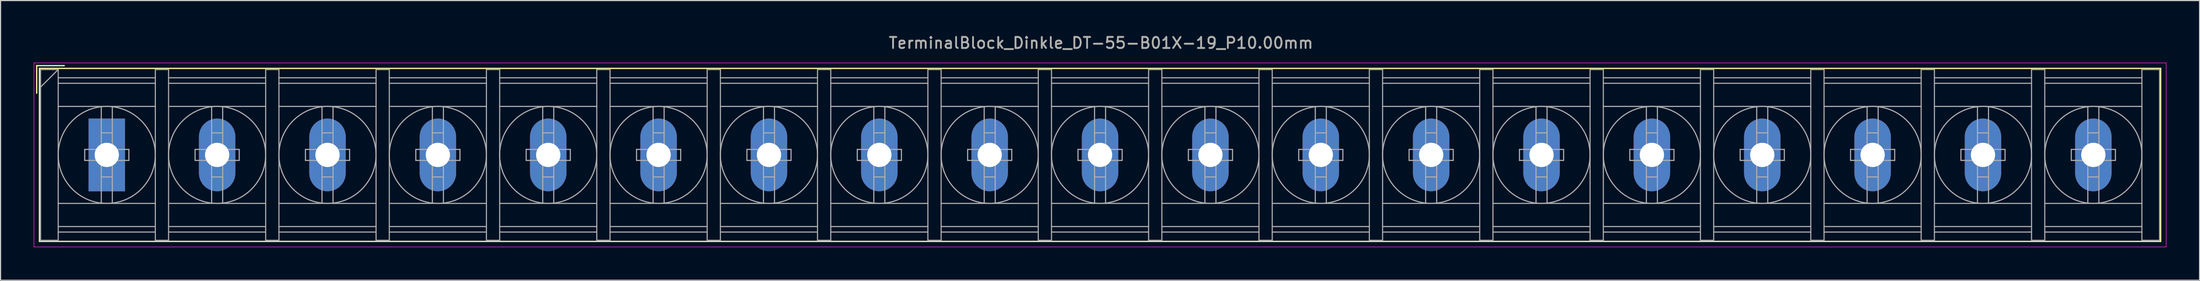
<source format=kicad_pcb>
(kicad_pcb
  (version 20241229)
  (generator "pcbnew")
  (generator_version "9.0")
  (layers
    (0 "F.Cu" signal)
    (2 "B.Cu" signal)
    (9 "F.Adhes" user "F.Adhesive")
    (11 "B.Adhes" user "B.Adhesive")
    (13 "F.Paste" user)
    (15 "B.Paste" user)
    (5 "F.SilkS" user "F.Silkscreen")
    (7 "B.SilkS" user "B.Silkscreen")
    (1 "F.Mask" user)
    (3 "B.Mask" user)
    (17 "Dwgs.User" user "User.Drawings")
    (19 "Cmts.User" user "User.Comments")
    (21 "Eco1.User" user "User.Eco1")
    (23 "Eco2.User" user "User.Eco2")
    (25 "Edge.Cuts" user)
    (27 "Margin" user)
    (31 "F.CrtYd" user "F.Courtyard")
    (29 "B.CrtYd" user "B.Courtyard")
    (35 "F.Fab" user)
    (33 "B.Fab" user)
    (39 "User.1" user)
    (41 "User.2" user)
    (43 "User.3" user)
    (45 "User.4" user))
  (footprint "TerminalBlock_Dinkle_DT-55-B01X-19_P10.00mm"
    (layer "F.Cu")
    (at 6.625 11.008)
    (property "Reference" "TerminalBlock_Dinkle_DT-55-B01X-19_P10.00mm" (at 90.08 -10.16 0) (layer "F.SilkS") (effects (font (size 1 1) (thickness 0.15))))
    (attr through_hole)
    (fp_line (start -6.35 -8.1) (end -3.85 -8.1) (stroke (width 0.12) (type solid)) (layer "F.SilkS"))
    (fp_line (start -6.35 -5.6) (end -6.35 -8.1) (stroke (width 0.12) (type solid)) (layer "F.SilkS"))
    (fp_line (start -6.1 -7.85) (end 186.1 -7.85) (stroke (width 0.12) (type solid)) (layer "F.SilkS"))
    (fp_line (start -6.1 7.85) (end -6.1 -7.85) (stroke (width 0.12) (type solid)) (layer "F.SilkS"))
    (fp_line (start -6.1 7.85) (end 186.1 7.85) (stroke (width 0.12) (type solid)) (layer "F.SilkS"))
    (fp_line (start 186.1 -7.85) (end 186.1 7.85) (stroke (width 0.12) (type solid)) (layer "F.SilkS"))
    (fp_line (start -6.6 -8.35) (end 186.6 -8.35) (stroke (width 0.05) (type solid)) (layer "F.CrtYd"))
    (fp_line (start -6.6 8.35) (end -6.6 -8.35) (stroke (width 0.05) (type solid)) (layer "F.CrtYd"))
    (fp_line (start -6.6 8.35) (end 186.6 8.35) (stroke (width 0.05) (type solid)) (layer "F.CrtYd"))
    (fp_line (start 186.6 -8.35) (end 186.6 8.35) (stroke (width 0.05) (type solid)) (layer "F.CrtYd"))
    (fp_line (start -6 -7.75) (end -6 7.75) (stroke (width 0.1) (type solid)) (layer "F.Fab"))
    (fp_line (start -6 -7.75) (end -4.4 -7.75) (stroke (width 0.1) (type solid)) (layer "F.Fab"))
    (fp_line (start -6 7.75) (end -4.4 7.75) (stroke (width 0.1) (type solid)) (layer "F.Fab"))
    (fp_line (start -4.4 -7.75) (end -6 -6.15) (stroke (width 0.1) (type solid)) (layer "F.Fab"))
    (fp_line (start -4.4 -7.75) (end -4.4 7.75) (stroke (width 0.1) (type solid)) (layer "F.Fab"))
    (fp_line (start -4.4 -7) (end 4.4 -7) (stroke (width 0.1) (type solid)) (layer "F.Fab"))
    (fp_line (start -4.4 -6.5) (end 4.4 -6.5) (stroke (width 0.1) (type solid)) (layer "F.Fab"))
    (fp_line (start -4.4 -4.4) (end 4.4 -4.4) (stroke (width 0.1) (type solid)) (layer "F.Fab"))
    (fp_line (start -4.4 4.4) (end 4.4 4.4) (stroke (width 0.1) (type solid)) (layer "F.Fab"))
    (fp_line (start -4.4 6.5) (end 4.4 6.5) (stroke (width 0.1) (type solid)) (layer "F.Fab"))
    (fp_line (start -4.4 7) (end 4.4 7) (stroke (width 0.1) (type solid)) (layer "F.Fab"))
    (fp_line (start -2 -0.5) (end -2 0.5) (stroke (width 0.1) (type solid)) (layer "F.Fab"))
    (fp_line (start -2 0.5) (end -0.5 0.5) (stroke (width 0.1) (type solid)) (layer "F.Fab"))
    (fp_line (start -0.5 -4.35) (end -0.5 -0.5) (stroke (width 0.1) (type solid)) (layer "F.Fab"))
    (fp_line (start -0.5 -2) (end 0.5 -2) (stroke (width 0.1) (type solid)) (layer "F.Fab"))
    (fp_line (start -0.5 -0.5) (end -2 -0.5) (stroke (width 0.1) (type solid)) (layer "F.Fab"))
    (fp_line (start -0.5 0.5) (end -0.5 4.35) (stroke (width 0.1) (type solid)) (layer "F.Fab"))
    (fp_line (start -0.5 2) (end 0.5 2) (stroke (width 0.1) (type solid)) (layer "F.Fab"))
    (fp_line (start 0.5 -4.35) (end 0.5 -0.5) (stroke (width 0.1) (type solid)) (layer "F.Fab"))
    (fp_line (start 0.5 -0.5) (end 2 -0.5) (stroke (width 0.1) (type solid)) (layer "F.Fab"))
    (fp_line (start 0.5 0.5) (end 0.5 4.35) (stroke (width 0.1) (type solid)) (layer "F.Fab"))
    (fp_line (start 2 -0.5) (end 2 0.5) (stroke (width 0.1) (type solid)) (layer "F.Fab"))
    (fp_line (start 2 0.5) (end 0.5 0.5) (stroke (width 0.1) (type solid)) (layer "F.Fab"))
    (fp_line (start 4.4 -7.75) (end 4.4 7.75) (stroke (width 0.1) (type solid)) (layer "F.Fab"))
    (fp_line (start 4.4 -7.75) (end 5.6 -7.75) (stroke (width 0.1) (type solid)) (layer "F.Fab"))
    (fp_line (start 4.4 7.75) (end 5.6 7.75) (stroke (width 0.1) (type solid)) (layer "F.Fab"))
    (fp_line (start 5.6 -7.75) (end 5.6 7.75) (stroke (width 0.1) (type solid)) (layer "F.Fab"))
    (fp_line (start 5.6 -7) (end 14.4 -7) (stroke (width 0.1) (type solid)) (layer "F.Fab"))
    (fp_line (start 5.6 -6.5) (end 14.4 -6.5) (stroke (width 0.1) (type solid)) (layer "F.Fab"))
    (fp_line (start 5.6 -4.4) (end 14.4 -4.4) (stroke (width 0.1) (type solid)) (layer "F.Fab"))
    (fp_line (start 5.6 4.4) (end 14.4 4.4) (stroke (width 0.1) (type solid)) (layer "F.Fab"))
    (fp_line (start 5.6 6.5) (end 14.4 6.5) (stroke (width 0.1) (type solid)) (layer "F.Fab"))
    (fp_line (start 5.6 7) (end 14.4 7) (stroke (width 0.1) (type solid)) (layer "F.Fab"))
    (fp_line (start 8 -0.5) (end 8 0.5) (stroke (width 0.1) (type solid)) (layer "F.Fab"))
    (fp_line (start 8 0.5) (end 9.5 0.5) (stroke (width 0.1) (type solid)) (layer "F.Fab"))
    (fp_line (start 9.5 -4.35) (end 9.5 -0.5) (stroke (width 0.1) (type solid)) (layer "F.Fab"))
    (fp_line (start 9.5 -2) (end 10.5 -2) (stroke (width 0.1) (type solid)) (layer "F.Fab"))
    (fp_line (start 9.5 -0.5) (end 8 -0.5) (stroke (width 0.1) (type solid)) (layer "F.Fab"))
    (fp_line (start 9.5 0.5) (end 9.5 4.35) (stroke (width 0.1) (type solid)) (layer "F.Fab"))
    (fp_line (start 9.5 2) (end 10.5 2) (stroke (width 0.1) (type solid)) (layer "F.Fab"))
    (fp_line (start 10.5 -4.35) (end 10.5 -0.5) (stroke (width 0.1) (type solid)) (layer "F.Fab"))
    (fp_line (start 10.5 -0.5) (end 12 -0.5) (stroke (width 0.1) (type solid)) (layer "F.Fab"))
    (fp_line (start 10.5 0.5) (end 10.5 4.35) (stroke (width 0.1) (type solid)) (layer "F.Fab"))
    (fp_line (start 12 -0.5) (end 12 0.5) (stroke (width 0.1) (type solid)) (layer "F.Fab"))
    (fp_line (start 12 0.5) (end 10.5 0.5) (stroke (width 0.1) (type solid)) (layer "F.Fab"))
    (fp_line (start 14.4 -7.75) (end 14.4 7.75) (stroke (width 0.1) (type solid)) (layer "F.Fab"))
    (fp_line (start 14.4 -7.75) (end 15.6 -7.75) (stroke (width 0.1) (type solid)) (layer "F.Fab"))
    (fp_line (start 14.4 7.75) (end 15.6 7.75) (stroke (width 0.1) (type solid)) (layer "F.Fab"))
    (fp_line (start 15.6 -7.75) (end 15.6 7.75) (stroke (width 0.1) (type solid)) (layer "F.Fab"))
    (fp_line (start 15.6 -7) (end 24.4 -7) (stroke (width 0.1) (type solid)) (layer "F.Fab"))
    (fp_line (start 15.6 -6.5) (end 24.4 -6.5) (stroke (width 0.1) (type solid)) (layer "F.Fab"))
    (fp_line (start 15.6 -4.4) (end 24.4 -4.4) (stroke (width 0.1) (type solid)) (layer "F.Fab"))
    (fp_line (start 15.6 4.4) (end 24.4 4.4) (stroke (width 0.1) (type solid)) (layer "F.Fab"))
    (fp_line (start 15.6 6.5) (end 24.4 6.5) (stroke (width 0.1) (type solid)) (layer "F.Fab"))
    (fp_line (start 15.6 7) (end 24.4 7) (stroke (width 0.1) (type solid)) (layer "F.Fab"))
    (fp_line (start 18 -0.5) (end 18 0.5) (stroke (width 0.1) (type solid)) (layer "F.Fab"))
    (fp_line (start 18 0.5) (end 19.5 0.5) (stroke (width 0.1) (type solid)) (layer "F.Fab"))
    (fp_line (start 19.5 -4.35) (end 19.5 -0.5) (stroke (width 0.1) (type solid)) (layer "F.Fab"))
    (fp_line (start 19.5 -2) (end 20.5 -2) (stroke (width 0.1) (type solid)) (layer "F.Fab"))
    (fp_line (start 19.5 -0.5) (end 18 -0.5) (stroke (width 0.1) (type solid)) (layer "F.Fab"))
    (fp_line (start 19.5 0.5) (end 19.5 4.35) (stroke (width 0.1) (type solid)) (layer "F.Fab"))
    (fp_line (start 19.5 2) (end 20.5 2) (stroke (width 0.1) (type solid)) (layer "F.Fab"))
    (fp_line (start 20.5 -4.35) (end 20.5 -0.5) (stroke (width 0.1) (type solid)) (layer "F.Fab"))
    (fp_line (start 20.5 -0.5) (end 22 -0.5) (stroke (width 0.1) (type solid)) (layer "F.Fab"))
    (fp_line (start 20.5 0.5) (end 20.5 4.35) (stroke (width 0.1) (type solid)) (layer "F.Fab"))
    (fp_line (start 22 -0.5) (end 22 0.5) (stroke (width 0.1) (type solid)) (layer "F.Fab"))
    (fp_line (start 22 0.5) (end 20.5 0.5) (stroke (width 0.1) (type solid)) (layer "F.Fab"))
    (fp_line (start 24.4 -7.75) (end 24.4 7.75) (stroke (width 0.1) (type solid)) (layer "F.Fab"))
    (fp_line (start 24.4 -7.75) (end 25.6 -7.75) (stroke (width 0.1) (type solid)) (layer "F.Fab"))
    (fp_line (start 24.4 7.75) (end 25.6 7.75) (stroke (width 0.1) (type solid)) (layer "F.Fab"))
    (fp_line (start 25.6 -7.75) (end 25.6 7.75) (stroke (width 0.1) (type solid)) (layer "F.Fab"))
    (fp_line (start 25.6 -7) (end 34.4 -7) (stroke (width 0.1) (type solid)) (layer "F.Fab"))
    (fp_line (start 25.6 -6.5) (end 34.4 -6.5) (stroke (width 0.1) (type solid)) (layer "F.Fab"))
    (fp_line (start 25.6 -4.4) (end 34.4 -4.4) (stroke (width 0.1) (type solid)) (layer "F.Fab"))
    (fp_line (start 25.6 4.4) (end 34.4 4.4) (stroke (width 0.1) (type solid)) (layer "F.Fab"))
    (fp_line (start 25.6 6.5) (end 34.4 6.5) (stroke (width 0.1) (type solid)) (layer "F.Fab"))
    (fp_line (start 25.6 7) (end 34.4 7) (stroke (width 0.1) (type solid)) (layer "F.Fab"))
    (fp_line (start 28 -0.5) (end 28 0.5) (stroke (width 0.1) (type solid)) (layer "F.Fab"))
    (fp_line (start 28 0.5) (end 29.5 0.5) (stroke (width 0.1) (type solid)) (layer "F.Fab"))
    (fp_line (start 29.5 -4.35) (end 29.5 -0.5) (stroke (width 0.1) (type solid)) (layer "F.Fab"))
    (fp_line (start 29.5 -2) (end 30.5 -2) (stroke (width 0.1) (type solid)) (layer "F.Fab"))
    (fp_line (start 29.5 -0.5) (end 28 -0.5) (stroke (width 0.1) (type solid)) (layer "F.Fab"))
    (fp_line (start 29.5 0.5) (end 29.5 4.35) (stroke (width 0.1) (type solid)) (layer "F.Fab"))
    (fp_line (start 29.5 2) (end 30.5 2) (stroke (width 0.1) (type solid)) (layer "F.Fab"))
    (fp_line (start 30.5 -4.35) (end 30.5 -0.5) (stroke (width 0.1) (type solid)) (layer "F.Fab"))
    (fp_line (start 30.5 -0.5) (end 32 -0.5) (stroke (width 0.1) (type solid)) (layer "F.Fab"))
    (fp_line (start 30.5 0.5) (end 30.5 4.35) (stroke (width 0.1) (type solid)) (layer "F.Fab"))
    (fp_line (start 32 -0.5) (end 32 0.5) (stroke (width 0.1) (type solid)) (layer "F.Fab"))
    (fp_line (start 32 0.5) (end 30.5 0.5) (stroke (width 0.1) (type solid)) (layer "F.Fab"))
    (fp_line (start 34.4 -7.75) (end 34.4 7.75) (stroke (width 0.1) (type solid)) (layer "F.Fab"))
    (fp_line (start 34.4 -7.75) (end 35.6 -7.75) (stroke (width 0.1) (type solid)) (layer "F.Fab"))
    (fp_line (start 34.4 7.75) (end 35.6 7.75) (stroke (width 0.1) (type solid)) (layer "F.Fab"))
    (fp_line (start 35.6 -7.75) (end 35.6 7.75) (stroke (width 0.1) (type solid)) (layer "F.Fab"))
    (fp_line (start 35.6 -7) (end 44.4 -7) (stroke (width 0.1) (type solid)) (layer "F.Fab"))
    (fp_line (start 35.6 -6.5) (end 44.4 -6.5) (stroke (width 0.1) (type solid)) (layer "F.Fab"))
    (fp_line (start 35.6 -4.4) (end 44.4 -4.4) (stroke (width 0.1) (type solid)) (layer "F.Fab"))
    (fp_line (start 35.6 4.4) (end 44.4 4.4) (stroke (width 0.1) (type solid)) (layer "F.Fab"))
    (fp_line (start 35.6 6.5) (end 44.4 6.5) (stroke (width 0.1) (type solid)) (layer "F.Fab"))
    (fp_line (start 35.6 7) (end 44.4 7) (stroke (width 0.1) (type solid)) (layer "F.Fab"))
    (fp_line (start 38 -0.5) (end 38 0.5) (stroke (width 0.1) (type solid)) (layer "F.Fab"))
    (fp_line (start 38 0.5) (end 39.5 0.5) (stroke (width 0.1) (type solid)) (layer "F.Fab"))
    (fp_line (start 39.5 -4.35) (end 39.5 -0.5) (stroke (width 0.1) (type solid)) (layer "F.Fab"))
    (fp_line (start 39.5 -2) (end 40.5 -2) (stroke (width 0.1) (type solid)) (layer "F.Fab"))
    (fp_line (start 39.5 -0.5) (end 38 -0.5) (stroke (width 0.1) (type solid)) (layer "F.Fab"))
    (fp_line (start 39.5 0.5) (end 39.5 4.35) (stroke (width 0.1) (type solid)) (layer "F.Fab"))
    (fp_line (start 39.5 2) (end 40.5 2) (stroke (width 0.1) (type solid)) (layer "F.Fab"))
    (fp_line (start 40.5 -4.35) (end 40.5 -0.5) (stroke (width 0.1) (type solid)) (layer "F.Fab"))
    (fp_line (start 40.5 -0.5) (end 42 -0.5) (stroke (width 0.1) (type solid)) (layer "F.Fab"))
    (fp_line (start 40.5 0.5) (end 40.5 4.35) (stroke (width 0.1) (type solid)) (layer "F.Fab"))
    (fp_line (start 42 -0.5) (end 42 0.5) (stroke (width 0.1) (type solid)) (layer "F.Fab"))
    (fp_line (start 42 0.5) (end 40.5 0.5) (stroke (width 0.1) (type solid)) (layer "F.Fab"))
    (fp_line (start 44.4 -7.75) (end 44.4 7.75) (stroke (width 0.1) (type solid)) (layer "F.Fab"))
    (fp_line (start 44.4 -7.75) (end 45.6 -7.75) (stroke (width 0.1) (type solid)) (layer "F.Fab"))
    (fp_line (start 44.4 7.75) (end 45.6 7.75) (stroke (width 0.1) (type solid)) (layer "F.Fab"))
    (fp_line (start 45.6 -7.75) (end 45.6 7.75) (stroke (width 0.1) (type solid)) (layer "F.Fab"))
    (fp_line (start 45.6 -7) (end 54.4 -7) (stroke (width 0.1) (type solid)) (layer "F.Fab"))
    (fp_line (start 45.6 -6.5) (end 54.4 -6.5) (stroke (width 0.1) (type solid)) (layer "F.Fab"))
    (fp_line (start 45.6 -4.4) (end 54.4 -4.4) (stroke (width 0.1) (type solid)) (layer "F.Fab"))
    (fp_line (start 45.6 4.4) (end 54.4 4.4) (stroke (width 0.1) (type solid)) (layer "F.Fab"))
    (fp_line (start 45.6 6.5) (end 54.4 6.5) (stroke (width 0.1) (type solid)) (layer "F.Fab"))
    (fp_line (start 45.6 7) (end 54.4 7) (stroke (width 0.1) (type solid)) (layer "F.Fab"))
    (fp_line (start 48 -0.5) (end 48 0.5) (stroke (width 0.1) (type solid)) (layer "F.Fab"))
    (fp_line (start 48 0.5) (end 49.5 0.5) (stroke (width 0.1) (type solid)) (layer "F.Fab"))
    (fp_line (start 49.5 -4.35) (end 49.5 -0.5) (stroke (width 0.1) (type solid)) (layer "F.Fab"))
    (fp_line (start 49.5 -2) (end 50.5 -2) (stroke (width 0.1) (type solid)) (layer "F.Fab"))
    (fp_line (start 49.5 -0.5) (end 48 -0.5) (stroke (width 0.1) (type solid)) (layer "F.Fab"))
    (fp_line (start 49.5 0.5) (end 49.5 4.35) (stroke (width 0.1) (type solid)) (layer "F.Fab"))
    (fp_line (start 49.5 2) (end 50.5 2) (stroke (width 0.1) (type solid)) (layer "F.Fab"))
    (fp_line (start 50.5 -4.35) (end 50.5 -0.5) (stroke (width 0.1) (type solid)) (layer "F.Fab"))
    (fp_line (start 50.5 -0.5) (end 52 -0.5) (stroke (width 0.1) (type solid)) (layer "F.Fab"))
    (fp_line (start 50.5 0.5) (end 50.5 4.35) (stroke (width 0.1) (type solid)) (layer "F.Fab"))
    (fp_line (start 52 -0.5) (end 52 0.5) (stroke (width 0.1) (type solid)) (layer "F.Fab"))
    (fp_line (start 52 0.5) (end 50.5 0.5) (stroke (width 0.1) (type solid)) (layer "F.Fab"))
    (fp_line (start 54.4 -7.75) (end 54.4 7.75) (stroke (width 0.1) (type solid)) (layer "F.Fab"))
    (fp_line (start 54.4 -7.75) (end 55.6 -7.75) (stroke (width 0.1) (type solid)) (layer "F.Fab"))
    (fp_line (start 54.4 7.75) (end 55.6 7.75) (stroke (width 0.1) (type solid)) (layer "F.Fab"))
    (fp_line (start 55.6 -7.75) (end 55.6 7.75) (stroke (width 0.1) (type solid)) (layer "F.Fab"))
    (fp_line (start 55.6 -7) (end 64.4 -7) (stroke (width 0.1) (type solid)) (layer "F.Fab"))
    (fp_line (start 55.6 -6.5) (end 64.4 -6.5) (stroke (width 0.1) (type solid)) (layer "F.Fab"))
    (fp_line (start 55.6 -4.4) (end 64.4 -4.4) (stroke (width 0.1) (type solid)) (layer "F.Fab"))
    (fp_line (start 55.6 4.4) (end 64.4 4.4) (stroke (width 0.1) (type solid)) (layer "F.Fab"))
    (fp_line (start 55.6 6.5) (end 64.4 6.5) (stroke (width 0.1) (type solid)) (layer "F.Fab"))
    (fp_line (start 55.6 7) (end 64.4 7) (stroke (width 0.1) (type solid)) (layer "F.Fab"))
    (fp_line (start 58 -0.5) (end 58 0.5) (stroke (width 0.1) (type solid)) (layer "F.Fab"))
    (fp_line (start 58 0.5) (end 59.5 0.5) (stroke (width 0.1) (type solid)) (layer "F.Fab"))
    (fp_line (start 59.5 -4.35) (end 59.5 -0.5) (stroke (width 0.1) (type solid)) (layer "F.Fab"))
    (fp_line (start 59.5 -2) (end 60.5 -2) (stroke (width 0.1) (type solid)) (layer "F.Fab"))
    (fp_line (start 59.5 -0.5) (end 58 -0.5) (stroke (width 0.1) (type solid)) (layer "F.Fab"))
    (fp_line (start 59.5 0.5) (end 59.5 4.35) (stroke (width 0.1) (type solid)) (layer "F.Fab"))
    (fp_line (start 59.5 2) (end 60.5 2) (stroke (width 0.1) (type solid)) (layer "F.Fab"))
    (fp_line (start 60.5 -4.35) (end 60.5 -0.5) (stroke (width 0.1) (type solid)) (layer "F.Fab"))
    (fp_line (start 60.5 -0.5) (end 62 -0.5) (stroke (width 0.1) (type solid)) (layer "F.Fab"))
    (fp_line (start 60.5 0.5) (end 60.5 4.35) (stroke (width 0.1) (type solid)) (layer "F.Fab"))
    (fp_line (start 62 -0.5) (end 62 0.5) (stroke (width 0.1) (type solid)) (layer "F.Fab"))
    (fp_line (start 62 0.5) (end 60.5 0.5) (stroke (width 0.1) (type solid)) (layer "F.Fab"))
    (fp_line (start 64.4 -7.75) (end 64.4 7.75) (stroke (width 0.1) (type solid)) (layer "F.Fab"))
    (fp_line (start 64.4 -7.75) (end 65.6 -7.75) (stroke (width 0.1) (type solid)) (layer "F.Fab"))
    (fp_line (start 64.4 7.75) (end 65.6 7.75) (stroke (width 0.1) (type solid)) (layer "F.Fab"))
    (fp_line (start 65.6 -7.75) (end 65.6 7.75) (stroke (width 0.1) (type solid)) (layer "F.Fab"))
    (fp_line (start 65.6 -7) (end 74.4 -7) (stroke (width 0.1) (type solid)) (layer "F.Fab"))
    (fp_line (start 65.6 -6.5) (end 74.4 -6.5) (stroke (width 0.1) (type solid)) (layer "F.Fab"))
    (fp_line (start 65.6 -4.4) (end 74.4 -4.4) (stroke (width 0.1) (type solid)) (layer "F.Fab"))
    (fp_line (start 65.6 4.4) (end 74.4 4.4) (stroke (width 0.1) (type solid)) (layer "F.Fab"))
    (fp_line (start 65.6 6.5) (end 74.4 6.5) (stroke (width 0.1) (type solid)) (layer "F.Fab"))
    (fp_line (start 65.6 7) (end 74.4 7) (stroke (width 0.1) (type solid)) (layer "F.Fab"))
    (fp_line (start 68 -0.5) (end 68 0.5) (stroke (width 0.1) (type solid)) (layer "F.Fab"))
    (fp_line (start 68 0.5) (end 69.5 0.5) (stroke (width 0.1) (type solid)) (layer "F.Fab"))
    (fp_line (start 69.5 -4.35) (end 69.5 -0.5) (stroke (width 0.1) (type solid)) (layer "F.Fab"))
    (fp_line (start 69.5 -2) (end 70.5 -2) (stroke (width 0.1) (type solid)) (layer "F.Fab"))
    (fp_line (start 69.5 -0.5) (end 68 -0.5) (stroke (width 0.1) (type solid)) (layer "F.Fab"))
    (fp_line (start 69.5 0.5) (end 69.5 4.35) (stroke (width 0.1) (type solid)) (layer "F.Fab"))
    (fp_line (start 69.5 2) (end 70.5 2) (stroke (width 0.1) (type solid)) (layer "F.Fab"))
    (fp_line (start 70.5 -4.35) (end 70.5 -0.5) (stroke (width 0.1) (type solid)) (layer "F.Fab"))
    (fp_line (start 70.5 -0.5) (end 72 -0.5) (stroke (width 0.1) (type solid)) (layer "F.Fab"))
    (fp_line (start 70.5 0.5) (end 70.5 4.35) (stroke (width 0.1) (type solid)) (layer "F.Fab"))
    (fp_line (start 72 -0.5) (end 72 0.5) (stroke (width 0.1) (type solid)) (layer "F.Fab"))
    (fp_line (start 72 0.5) (end 70.5 0.5) (stroke (width 0.1) (type solid)) (layer "F.Fab"))
    (fp_line (start 74.4 -7.75) (end 74.4 7.75) (stroke (width 0.1) (type solid)) (layer "F.Fab"))
    (fp_line (start 74.4 -7.75) (end 75.6 -7.75) (stroke (width 0.1) (type solid)) (layer "F.Fab"))
    (fp_line (start 74.4 7.75) (end 75.6 7.75) (stroke (width 0.1) (type solid)) (layer "F.Fab"))
    (fp_line (start 75.6 -7.75) (end 75.6 7.75) (stroke (width 0.1) (type solid)) (layer "F.Fab"))
    (fp_line (start 75.6 -7) (end 84.4 -7) (stroke (width 0.1) (type solid)) (layer "F.Fab"))
    (fp_line (start 75.6 -6.5) (end 84.4 -6.5) (stroke (width 0.1) (type solid)) (layer "F.Fab"))
    (fp_line (start 75.6 -4.4) (end 84.4 -4.4) (stroke (width 0.1) (type solid)) (layer "F.Fab"))
    (fp_line (start 75.6 4.4) (end 84.4 4.4) (stroke (width 0.1) (type solid)) (layer "F.Fab"))
    (fp_line (start 75.6 6.5) (end 84.4 6.5) (stroke (width 0.1) (type solid)) (layer "F.Fab"))
    (fp_line (start 75.6 7) (end 84.4 7) (stroke (width 0.1) (type solid)) (layer "F.Fab"))
    (fp_line (start 78 -0.5) (end 78 0.5) (stroke (width 0.1) (type solid)) (layer "F.Fab"))
    (fp_line (start 78 0.5) (end 79.5 0.5) (stroke (width 0.1) (type solid)) (layer "F.Fab"))
    (fp_line (start 79.5 -4.35) (end 79.5 -0.5) (stroke (width 0.1) (type solid)) (layer "F.Fab"))
    (fp_line (start 79.5 -2) (end 80.5 -2) (stroke (width 0.1) (type solid)) (layer "F.Fab"))
    (fp_line (start 79.5 -0.5) (end 78 -0.5) (stroke (width 0.1) (type solid)) (layer "F.Fab"))
    (fp_line (start 79.5 0.5) (end 79.5 4.35) (stroke (width 0.1) (type solid)) (layer "F.Fab"))
    (fp_line (start 79.5 2) (end 80.5 2) (stroke (width 0.1) (type solid)) (layer "F.Fab"))
    (fp_line (start 80.5 -4.35) (end 80.5 -0.5) (stroke (width 0.1) (type solid)) (layer "F.Fab"))
    (fp_line (start 80.5 -0.5) (end 82 -0.5) (stroke (width 0.1) (type solid)) (layer "F.Fab"))
    (fp_line (start 80.5 0.5) (end 80.5 4.35) (stroke (width 0.1) (type solid)) (layer "F.Fab"))
    (fp_line (start 82 -0.5) (end 82 0.5) (stroke (width 0.1) (type solid)) (layer "F.Fab"))
    (fp_line (start 82 0.5) (end 80.5 0.5) (stroke (width 0.1) (type solid)) (layer "F.Fab"))
    (fp_line (start 84.4 -7.75) (end 84.4 7.75) (stroke (width 0.1) (type solid)) (layer "F.Fab"))
    (fp_line (start 84.4 -7.75) (end 85.6 -7.75) (stroke (width 0.1) (type solid)) (layer "F.Fab"))
    (fp_line (start 84.4 7.75) (end 85.6 7.75) (stroke (width 0.1) (type solid)) (layer "F.Fab"))
    (fp_line (start 85.6 -7.75) (end 85.6 7.75) (stroke (width 0.1) (type solid)) (layer "F.Fab"))
    (fp_line (start 85.6 -7) (end 94.4 -7) (stroke (width 0.1) (type solid)) (layer "F.Fab"))
    (fp_line (start 85.6 -6.5) (end 94.4 -6.5) (stroke (width 0.1) (type solid)) (layer "F.Fab"))
    (fp_line (start 85.6 -4.4) (end 94.4 -4.4) (stroke (width 0.1) (type solid)) (layer "F.Fab"))
    (fp_line (start 85.6 4.4) (end 94.4 4.4) (stroke (width 0.1) (type solid)) (layer "F.Fab"))
    (fp_line (start 85.6 6.5) (end 94.4 6.5) (stroke (width 0.1) (type solid)) (layer "F.Fab"))
    (fp_line (start 85.6 7) (end 94.4 7) (stroke (width 0.1) (type solid)) (layer "F.Fab"))
    (fp_line (start 88 -0.5) (end 88 0.5) (stroke (width 0.1) (type solid)) (layer "F.Fab"))
    (fp_line (start 88 0.5) (end 89.5 0.5) (stroke (width 0.1) (type solid)) (layer "F.Fab"))
    (fp_line (start 89.5 -4.35) (end 89.5 -0.5) (stroke (width 0.1) (type solid)) (layer "F.Fab"))
    (fp_line (start 89.5 -2) (end 90.5 -2) (stroke (width 0.1) (type solid)) (layer "F.Fab"))
    (fp_line (start 89.5 -0.5) (end 88 -0.5) (stroke (width 0.1) (type solid)) (layer "F.Fab"))
    (fp_line (start 89.5 0.5) (end 89.5 4.35) (stroke (width 0.1) (type solid)) (layer "F.Fab"))
    (fp_line (start 89.5 2) (end 90.5 2) (stroke (width 0.1) (type solid)) (layer "F.Fab"))
    (fp_line (start 90.5 -4.35) (end 90.5 -0.5) (stroke (width 0.1) (type solid)) (layer "F.Fab"))
    (fp_line (start 90.5 -0.5) (end 92 -0.5) (stroke (width 0.1) (type solid)) (layer "F.Fab"))
    (fp_line (start 90.5 0.5) (end 90.5 4.35) (stroke (width 0.1) (type solid)) (layer "F.Fab"))
    (fp_line (start 92 -0.5) (end 92 0.5) (stroke (width 0.1) (type solid)) (layer "F.Fab"))
    (fp_line (start 92 0.5) (end 90.5 0.5) (stroke (width 0.1) (type solid)) (layer "F.Fab"))
    (fp_line (start 94.4 -7.75) (end 94.4 7.75) (stroke (width 0.1) (type solid)) (layer "F.Fab"))
    (fp_line (start 94.4 -7.75) (end 95.6 -7.75) (stroke (width 0.1) (type solid)) (layer "F.Fab"))
    (fp_line (start 94.4 7.75) (end 95.6 7.75) (stroke (width 0.1) (type solid)) (layer "F.Fab"))
    (fp_line (start 95.6 -7.75) (end 95.6 7.75) (stroke (width 0.1) (type solid)) (layer "F.Fab"))
    (fp_line (start 95.6 -7) (end 104.4 -7) (stroke (width 0.1) (type solid)) (layer "F.Fab"))
    (fp_line (start 95.6 -6.5) (end 104.4 -6.5) (stroke (width 0.1) (type solid)) (layer "F.Fab"))
    (fp_line (start 95.6 -4.4) (end 104.4 -4.4) (stroke (width 0.1) (type solid)) (layer "F.Fab"))
    (fp_line (start 95.6 4.4) (end 104.4 4.4) (stroke (width 0.1) (type solid)) (layer "F.Fab"))
    (fp_line (start 95.6 6.5) (end 104.4 6.5) (stroke (width 0.1) (type solid)) (layer "F.Fab"))
    (fp_line (start 95.6 7) (end 104.4 7) (stroke (width 0.1) (type solid)) (layer "F.Fab"))
    (fp_line (start 98 -0.5) (end 98 0.5) (stroke (width 0.1) (type solid)) (layer "F.Fab"))
    (fp_line (start 98 0.5) (end 99.5 0.5) (stroke (width 0.1) (type solid)) (layer "F.Fab"))
    (fp_line (start 99.5 -4.35) (end 99.5 -0.5) (stroke (width 0.1) (type solid)) (layer "F.Fab"))
    (fp_line (start 99.5 -2) (end 100.5 -2) (stroke (width 0.1) (type solid)) (layer "F.Fab"))
    (fp_line (start 99.5 -0.5) (end 98 -0.5) (stroke (width 0.1) (type solid)) (layer "F.Fab"))
    (fp_line (start 99.5 0.5) (end 99.5 4.35) (stroke (width 0.1) (type solid)) (layer "F.Fab"))
    (fp_line (start 99.5 2) (end 100.5 2) (stroke (width 0.1) (type solid)) (layer "F.Fab"))
    (fp_line (start 100.5 -4.35) (end 100.5 -0.5) (stroke (width 0.1) (type solid)) (layer "F.Fab"))
    (fp_line (start 100.5 -0.5) (end 102 -0.5) (stroke (width 0.1) (type solid)) (layer "F.Fab"))
    (fp_line (start 100.5 0.5) (end 100.5 4.35) (stroke (width 0.1) (type solid)) (layer "F.Fab"))
    (fp_line (start 102 -0.5) (end 102 0.5) (stroke (width 0.1) (type solid)) (layer "F.Fab"))
    (fp_line (start 102 0.5) (end 100.5 0.5) (stroke (width 0.1) (type solid)) (layer "F.Fab"))
    (fp_line (start 104.4 -7.75) (end 104.4 7.75) (stroke (width 0.1) (type solid)) (layer "F.Fab"))
    (fp_line (start 104.4 -7.75) (end 105.6 -7.75) (stroke (width 0.1) (type solid)) (layer "F.Fab"))
    (fp_line (start 104.4 7.75) (end 105.6 7.75) (stroke (width 0.1) (type solid)) (layer "F.Fab"))
    (fp_line (start 105.6 -7.75) (end 105.6 7.75) (stroke (width 0.1) (type solid)) (layer "F.Fab"))
    (fp_line (start 105.6 -7) (end 114.4 -7) (stroke (width 0.1) (type solid)) (layer "F.Fab"))
    (fp_line (start 105.6 -6.5) (end 114.4 -6.5) (stroke (width 0.1) (type solid)) (layer "F.Fab"))
    (fp_line (start 105.6 -4.4) (end 114.4 -4.4) (stroke (width 0.1) (type solid)) (layer "F.Fab"))
    (fp_line (start 105.6 4.4) (end 114.4 4.4) (stroke (width 0.1) (type solid)) (layer "F.Fab"))
    (fp_line (start 105.6 6.5) (end 114.4 6.5) (stroke (width 0.1) (type solid)) (layer "F.Fab"))
    (fp_line (start 105.6 7) (end 114.4 7) (stroke (width 0.1) (type solid)) (layer "F.Fab"))
    (fp_line (start 108 -0.5) (end 108 0.5) (stroke (width 0.1) (type solid)) (layer "F.Fab"))
    (fp_line (start 108 0.5) (end 109.5 0.5) (stroke (width 0.1) (type solid)) (layer "F.Fab"))
    (fp_line (start 109.5 -4.35) (end 109.5 -0.5) (stroke (width 0.1) (type solid)) (layer "F.Fab"))
    (fp_line (start 109.5 -2) (end 110.5 -2) (stroke (width 0.1) (type solid)) (layer "F.Fab"))
    (fp_line (start 109.5 -0.5) (end 108 -0.5) (stroke (width 0.1) (type solid)) (layer "F.Fab"))
    (fp_line (start 109.5 0.5) (end 109.5 4.35) (stroke (width 0.1) (type solid)) (layer "F.Fab"))
    (fp_line (start 109.5 2) (end 110.5 2) (stroke (width 0.1) (type solid)) (layer "F.Fab"))
    (fp_line (start 110.5 -4.35) (end 110.5 -0.5) (stroke (width 0.1) (type solid)) (layer "F.Fab"))
    (fp_line (start 110.5 -0.5) (end 112 -0.5) (stroke (width 0.1) (type solid)) (layer "F.Fab"))
    (fp_line (start 110.5 0.5) (end 110.5 4.35) (stroke (width 0.1) (type solid)) (layer "F.Fab"))
    (fp_line (start 112 -0.5) (end 112 0.5) (stroke (width 0.1) (type solid)) (layer "F.Fab"))
    (fp_line (start 112 0.5) (end 110.5 0.5) (stroke (width 0.1) (type solid)) (layer "F.Fab"))
    (fp_line (start 114.4 -7.75) (end 114.4 7.75) (stroke (width 0.1) (type solid)) (layer "F.Fab"))
    (fp_line (start 114.4 -7.75) (end 115.6 -7.75) (stroke (width 0.1) (type solid)) (layer "F.Fab"))
    (fp_line (start 114.4 7.75) (end 115.6 7.75) (stroke (width 0.1) (type solid)) (layer "F.Fab"))
    (fp_line (start 115.6 -7.75) (end 115.6 7.75) (stroke (width 0.1) (type solid)) (layer "F.Fab"))
    (fp_line (start 115.6 -7) (end 124.4 -7) (stroke (width 0.1) (type solid)) (layer "F.Fab"))
    (fp_line (start 115.6 -6.5) (end 124.4 -6.5) (stroke (width 0.1) (type solid)) (layer "F.Fab"))
    (fp_line (start 115.6 -4.4) (end 124.4 -4.4) (stroke (width 0.1) (type solid)) (layer "F.Fab"))
    (fp_line (start 115.6 4.4) (end 124.4 4.4) (stroke (width 0.1) (type solid)) (layer "F.Fab"))
    (fp_line (start 115.6 6.5) (end 124.4 6.5) (stroke (width 0.1) (type solid)) (layer "F.Fab"))
    (fp_line (start 115.6 7) (end 124.4 7) (stroke (width 0.1) (type solid)) (layer "F.Fab"))
    (fp_line (start 118 -0.5) (end 118 0.5) (stroke (width 0.1) (type solid)) (layer "F.Fab"))
    (fp_line (start 118 0.5) (end 119.5 0.5) (stroke (width 0.1) (type solid)) (layer "F.Fab"))
    (fp_line (start 119.5 -4.35) (end 119.5 -0.5) (stroke (width 0.1) (type solid)) (layer "F.Fab"))
    (fp_line (start 119.5 -2) (end 120.5 -2) (stroke (width 0.1) (type solid)) (layer "F.Fab"))
    (fp_line (start 119.5 -0.5) (end 118 -0.5) (stroke (width 0.1) (type solid)) (layer "F.Fab"))
    (fp_line (start 119.5 0.5) (end 119.5 4.35) (stroke (width 0.1) (type solid)) (layer "F.Fab"))
    (fp_line (start 119.5 2) (end 120.5 2) (stroke (width 0.1) (type solid)) (layer "F.Fab"))
    (fp_line (start 120.5 -4.35) (end 120.5 -0.5) (stroke (width 0.1) (type solid)) (layer "F.Fab"))
    (fp_line (start 120.5 -0.5) (end 122 -0.5) (stroke (width 0.1) (type solid)) (layer "F.Fab"))
    (fp_line (start 120.5 0.5) (end 120.5 4.35) (stroke (width 0.1) (type solid)) (layer "F.Fab"))
    (fp_line (start 122 -0.5) (end 122 0.5) (stroke (width 0.1) (type solid)) (layer "F.Fab"))
    (fp_line (start 122 0.5) (end 120.5 0.5) (stroke (width 0.1) (type solid)) (layer "F.Fab"))
    (fp_line (start 124.4 -7.75) (end 124.4 7.75) (stroke (width 0.1) (type solid)) (layer "F.Fab"))
    (fp_line (start 124.4 -7.75) (end 125.6 -7.75) (stroke (width 0.1) (type solid)) (layer "F.Fab"))
    (fp_line (start 124.4 7.75) (end 125.6 7.75) (stroke (width 0.1) (type solid)) (layer "F.Fab"))
    (fp_line (start 125.6 -7.75) (end 125.6 7.75) (stroke (width 0.1) (type solid)) (layer "F.Fab"))
    (fp_line (start 125.6 -7) (end 134.4 -7) (stroke (width 0.1) (type solid)) (layer "F.Fab"))
    (fp_line (start 125.6 -6.5) (end 134.4 -6.5) (stroke (width 0.1) (type solid)) (layer "F.Fab"))
    (fp_line (start 125.6 -4.4) (end 134.4 -4.4) (stroke (width 0.1) (type solid)) (layer "F.Fab"))
    (fp_line (start 125.6 4.4) (end 134.4 4.4) (stroke (width 0.1) (type solid)) (layer "F.Fab"))
    (fp_line (start 125.6 6.5) (end 134.4 6.5) (stroke (width 0.1) (type solid)) (layer "F.Fab"))
    (fp_line (start 125.6 7) (end 134.4 7) (stroke (width 0.1) (type solid)) (layer "F.Fab"))
    (fp_line (start 128 -0.5) (end 128 0.5) (stroke (width 0.1) (type solid)) (layer "F.Fab"))
    (fp_line (start 128 0.5) (end 129.5 0.5) (stroke (width 0.1) (type solid)) (layer "F.Fab"))
    (fp_line (start 129.5 -4.35) (end 129.5 -0.5) (stroke (width 0.1) (type solid)) (layer "F.Fab"))
    (fp_line (start 129.5 -2) (end 130.5 -2) (stroke (width 0.1) (type solid)) (layer "F.Fab"))
    (fp_line (start 129.5 -0.5) (end 128 -0.5) (stroke (width 0.1) (type solid)) (layer "F.Fab"))
    (fp_line (start 129.5 0.5) (end 129.5 4.35) (stroke (width 0.1) (type solid)) (layer "F.Fab"))
    (fp_line (start 129.5 2) (end 130.5 2) (stroke (width 0.1) (type solid)) (layer "F.Fab"))
    (fp_line (start 130.5 -4.35) (end 130.5 -0.5) (stroke (width 0.1) (type solid)) (layer "F.Fab"))
    (fp_line (start 130.5 -0.5) (end 132 -0.5) (stroke (width 0.1) (type solid)) (layer "F.Fab"))
    (fp_line (start 130.5 0.5) (end 130.5 4.35) (stroke (width 0.1) (type solid)) (layer "F.Fab"))
    (fp_line (start 132 -0.5) (end 132 0.5) (stroke (width 0.1) (type solid)) (layer "F.Fab"))
    (fp_line (start 132 0.5) (end 130.5 0.5) (stroke (width 0.1) (type solid)) (layer "F.Fab"))
    (fp_line (start 134.4 -7.75) (end 134.4 7.75) (stroke (width 0.1) (type solid)) (layer "F.Fab"))
    (fp_line (start 134.4 -7.75) (end 135.6 -7.75) (stroke (width 0.1) (type solid)) (layer "F.Fab"))
    (fp_line (start 134.4 7.75) (end 135.6 7.75) (stroke (width 0.1) (type solid)) (layer "F.Fab"))
    (fp_line (start 135.6 -7.75) (end 135.6 7.75) (stroke (width 0.1) (type solid)) (layer "F.Fab"))
    (fp_line (start 135.6 -7) (end 144.4 -7) (stroke (width 0.1) (type solid)) (layer "F.Fab"))
    (fp_line (start 135.6 -6.5) (end 144.4 -6.5) (stroke (width 0.1) (type solid)) (layer "F.Fab"))
    (fp_line (start 135.6 -4.4) (end 144.4 -4.4) (stroke (width 0.1) (type solid)) (layer "F.Fab"))
    (fp_line (start 135.6 4.4) (end 144.4 4.4) (stroke (width 0.1) (type solid)) (layer "F.Fab"))
    (fp_line (start 135.6 6.5) (end 144.4 6.5) (stroke (width 0.1) (type solid)) (layer "F.Fab"))
    (fp_line (start 135.6 7) (end 144.4 7) (stroke (width 0.1) (type solid)) (layer "F.Fab"))
    (fp_line (start 138 -0.5) (end 138 0.5) (stroke (width 0.1) (type solid)) (layer "F.Fab"))
    (fp_line (start 138 0.5) (end 139.5 0.5) (stroke (width 0.1) (type solid)) (layer "F.Fab"))
    (fp_line (start 139.5 -4.35) (end 139.5 -0.5) (stroke (width 0.1) (type solid)) (layer "F.Fab"))
    (fp_line (start 139.5 -2) (end 140.5 -2) (stroke (width 0.1) (type solid)) (layer "F.Fab"))
    (fp_line (start 139.5 -0.5) (end 138 -0.5) (stroke (width 0.1) (type solid)) (layer "F.Fab"))
    (fp_line (start 139.5 0.5) (end 139.5 4.35) (stroke (width 0.1) (type solid)) (layer "F.Fab"))
    (fp_line (start 139.5 2) (end 140.5 2) (stroke (width 0.1) (type solid)) (layer "F.Fab"))
    (fp_line (start 140.5 -4.35) (end 140.5 -0.5) (stroke (width 0.1) (type solid)) (layer "F.Fab"))
    (fp_line (start 140.5 -0.5) (end 142 -0.5) (stroke (width 0.1) (type solid)) (layer "F.Fab"))
    (fp_line (start 140.5 0.5) (end 140.5 4.35) (stroke (width 0.1) (type solid)) (layer "F.Fab"))
    (fp_line (start 142 -0.5) (end 142 0.5) (stroke (width 0.1) (type solid)) (layer "F.Fab"))
    (fp_line (start 142 0.5) (end 140.5 0.5) (stroke (width 0.1) (type solid)) (layer "F.Fab"))
    (fp_line (start 144.4 -7.75) (end 144.4 7.75) (stroke (width 0.1) (type solid)) (layer "F.Fab"))
    (fp_line (start 144.4 -7.75) (end 145.6 -7.75) (stroke (width 0.1) (type solid)) (layer "F.Fab"))
    (fp_line (start 144.4 7.75) (end 145.6 7.75) (stroke (width 0.1) (type solid)) (layer "F.Fab"))
    (fp_line (start 145.6 -7.75) (end 145.6 7.75) (stroke (width 0.1) (type solid)) (layer "F.Fab"))
    (fp_line (start 145.6 -7) (end 154.4 -7) (stroke (width 0.1) (type solid)) (layer "F.Fab"))
    (fp_line (start 145.6 -6.5) (end 154.4 -6.5) (stroke (width 0.1) (type solid)) (layer "F.Fab"))
    (fp_line (start 145.6 -4.4) (end 154.4 -4.4) (stroke (width 0.1) (type solid)) (layer "F.Fab"))
    (fp_line (start 145.6 4.4) (end 154.4 4.4) (stroke (width 0.1) (type solid)) (layer "F.Fab"))
    (fp_line (start 145.6 6.5) (end 154.4 6.5) (stroke (width 0.1) (type solid)) (layer "F.Fab"))
    (fp_line (start 145.6 7) (end 154.4 7) (stroke (width 0.1) (type solid)) (layer "F.Fab"))
    (fp_line (start 148 -0.5) (end 148 0.5) (stroke (width 0.1) (type solid)) (layer "F.Fab"))
    (fp_line (start 148 0.5) (end 149.5 0.5) (stroke (width 0.1) (type solid)) (layer "F.Fab"))
    (fp_line (start 149.5 -4.35) (end 149.5 -0.5) (stroke (width 0.1) (type solid)) (layer "F.Fab"))
    (fp_line (start 149.5 -2) (end 150.5 -2) (stroke (width 0.1) (type solid)) (layer "F.Fab"))
    (fp_line (start 149.5 -0.5) (end 148 -0.5) (stroke (width 0.1) (type solid)) (layer "F.Fab"))
    (fp_line (start 149.5 0.5) (end 149.5 4.35) (stroke (width 0.1) (type solid)) (layer "F.Fab"))
    (fp_line (start 149.5 2) (end 150.5 2) (stroke (width 0.1) (type solid)) (layer "F.Fab"))
    (fp_line (start 150.5 -4.35) (end 150.5 -0.5) (stroke (width 0.1) (type solid)) (layer "F.Fab"))
    (fp_line (start 150.5 -0.5) (end 152 -0.5) (stroke (width 0.1) (type solid)) (layer "F.Fab"))
    (fp_line (start 150.5 0.5) (end 150.5 4.35) (stroke (width 0.1) (type solid)) (layer "F.Fab"))
    (fp_line (start 152 -0.5) (end 152 0.5) (stroke (width 0.1) (type solid)) (layer "F.Fab"))
    (fp_line (start 152 0.5) (end 150.5 0.5) (stroke (width 0.1) (type solid)) (layer "F.Fab"))
    (fp_line (start 154.4 -7.75) (end 154.4 7.75) (stroke (width 0.1) (type solid)) (layer "F.Fab"))
    (fp_line (start 154.4 -7.75) (end 155.6 -7.75) (stroke (width 0.1) (type solid)) (layer "F.Fab"))
    (fp_line (start 154.4 7.75) (end 155.6 7.75) (stroke (width 0.1) (type solid)) (layer "F.Fab"))
    (fp_line (start 155.6 -7.75) (end 155.6 7.75) (stroke (width 0.1) (type solid)) (layer "F.Fab"))
    (fp_line (start 155.6 -7) (end 164.4 -7) (stroke (width 0.1) (type solid)) (layer "F.Fab"))
    (fp_line (start 155.6 -6.5) (end 164.4 -6.5) (stroke (width 0.1) (type solid)) (layer "F.Fab"))
    (fp_line (start 155.6 -4.4) (end 164.4 -4.4) (stroke (width 0.1) (type solid)) (layer "F.Fab"))
    (fp_line (start 155.6 4.4) (end 164.4 4.4) (stroke (width 0.1) (type solid)) (layer "F.Fab"))
    (fp_line (start 155.6 6.5) (end 164.4 6.5) (stroke (width 0.1) (type solid)) (layer "F.Fab"))
    (fp_line (start 155.6 7) (end 164.4 7) (stroke (width 0.1) (type solid)) (layer "F.Fab"))
    (fp_line (start 158 -0.5) (end 158 0.5) (stroke (width 0.1) (type solid)) (layer "F.Fab"))
    (fp_line (start 158 0.5) (end 159.5 0.5) (stroke (width 0.1) (type solid)) (layer "F.Fab"))
    (fp_line (start 159.5 -4.35) (end 159.5 -0.5) (stroke (width 0.1) (type solid)) (layer "F.Fab"))
    (fp_line (start 159.5 -2) (end 160.5 -2) (stroke (width 0.1) (type solid)) (layer "F.Fab"))
    (fp_line (start 159.5 -0.5) (end 158 -0.5) (stroke (width 0.1) (type solid)) (layer "F.Fab"))
    (fp_line (start 159.5 0.5) (end 159.5 4.35) (stroke (width 0.1) (type solid)) (layer "F.Fab"))
    (fp_line (start 159.5 2) (end 160.5 2) (stroke (width 0.1) (type solid)) (layer "F.Fab"))
    (fp_line (start 160.5 -4.35) (end 160.5 -0.5) (stroke (width 0.1) (type solid)) (layer "F.Fab"))
    (fp_line (start 160.5 -0.5) (end 162 -0.5) (stroke (width 0.1) (type solid)) (layer "F.Fab"))
    (fp_line (start 160.5 0.5) (end 160.5 4.35) (stroke (width 0.1) (type solid)) (layer "F.Fab"))
    (fp_line (start 162 -0.5) (end 162 0.5) (stroke (width 0.1) (type solid)) (layer "F.Fab"))
    (fp_line (start 162 0.5) (end 160.5 0.5) (stroke (width 0.1) (type solid)) (layer "F.Fab"))
    (fp_line (start 164.4 -7.75) (end 164.4 7.75) (stroke (width 0.1) (type solid)) (layer "F.Fab"))
    (fp_line (start 164.4 -7.75) (end 165.6 -7.75) (stroke (width 0.1) (type solid)) (layer "F.Fab"))
    (fp_line (start 164.4 7.75) (end 165.6 7.75) (stroke (width 0.1) (type solid)) (layer "F.Fab"))
    (fp_line (start 165.6 -7.75) (end 165.6 7.75) (stroke (width 0.1) (type solid)) (layer "F.Fab"))
    (fp_line (start 165.6 -7) (end 174.4 -7) (stroke (width 0.1) (type solid)) (layer "F.Fab"))
    (fp_line (start 165.6 -6.5) (end 174.4 -6.5) (stroke (width 0.1) (type solid)) (layer "F.Fab"))
    (fp_line (start 165.6 -4.4) (end 174.4 -4.4) (stroke (width 0.1) (type solid)) (layer "F.Fab"))
    (fp_line (start 165.6 4.4) (end 174.4 4.4) (stroke (width 0.1) (type solid)) (layer "F.Fab"))
    (fp_line (start 165.6 6.5) (end 174.4 6.5) (stroke (width 0.1) (type solid)) (layer "F.Fab"))
    (fp_line (start 165.6 7) (end 174.4 7) (stroke (width 0.1) (type solid)) (layer "F.Fab"))
    (fp_line (start 168 -0.5) (end 168 0.5) (stroke (width 0.1) (type solid)) (layer "F.Fab"))
    (fp_line (start 168 0.5) (end 169.5 0.5) (stroke (width 0.1) (type solid)) (layer "F.Fab"))
    (fp_line (start 169.5 -4.35) (end 169.5 -0.5) (stroke (width 0.1) (type solid)) (layer "F.Fab"))
    (fp_line (start 169.5 -2) (end 170.5 -2) (stroke (width 0.1) (type solid)) (layer "F.Fab"))
    (fp_line (start 169.5 -0.5) (end 168 -0.5) (stroke (width 0.1) (type solid)) (layer "F.Fab"))
    (fp_line (start 169.5 0.5) (end 169.5 4.35) (stroke (width 0.1) (type solid)) (layer "F.Fab"))
    (fp_line (start 169.5 2) (end 170.5 2) (stroke (width 0.1) (type solid)) (layer "F.Fab"))
    (fp_line (start 170.5 -4.35) (end 170.5 -0.5) (stroke (width 0.1) (type solid)) (layer "F.Fab"))
    (fp_line (start 170.5 -0.5) (end 172 -0.5) (stroke (width 0.1) (type solid)) (layer "F.Fab"))
    (fp_line (start 170.5 0.5) (end 170.5 4.35) (stroke (width 0.1) (type solid)) (layer "F.Fab"))
    (fp_line (start 172 -0.5) (end 172 0.5) (stroke (width 0.1) (type solid)) (layer "F.Fab"))
    (fp_line (start 172 0.5) (end 170.5 0.5) (stroke (width 0.1) (type solid)) (layer "F.Fab"))
    (fp_line (start 174.4 -7.75) (end 174.4 7.75) (stroke (width 0.1) (type solid)) (layer "F.Fab"))
    (fp_line (start 174.4 -7.75) (end 175.6 -7.75) (stroke (width 0.1) (type solid)) (layer "F.Fab"))
    (fp_line (start 174.4 7.75) (end 175.6 7.75) (stroke (width 0.1) (type solid)) (layer "F.Fab"))
    (fp_line (start 175.6 -7.75) (end 175.6 7.75) (stroke (width 0.1) (type solid)) (layer "F.Fab"))
    (fp_line (start 175.6 -7) (end 184.4 -7) (stroke (width 0.1) (type solid)) (layer "F.Fab"))
    (fp_line (start 175.6 -6.5) (end 184.4 -6.5) (stroke (width 0.1) (type solid)) (layer "F.Fab"))
    (fp_line (start 175.6 -4.4) (end 184.4 -4.4) (stroke (width 0.1) (type solid)) (layer "F.Fab"))
    (fp_line (start 175.6 4.4) (end 184.4 4.4) (stroke (width 0.1) (type solid)) (layer "F.Fab"))
    (fp_line (start 175.6 6.5) (end 184.4 6.5) (stroke (width 0.1) (type solid)) (layer "F.Fab"))
    (fp_line (start 175.6 7) (end 184.4 7) (stroke (width 0.1) (type solid)) (layer "F.Fab"))
    (fp_line (start 178 -0.5) (end 178 0.5) (stroke (width 0.1) (type solid)) (layer "F.Fab"))
    (fp_line (start 178 0.5) (end 179.5 0.5) (stroke (width 0.1) (type solid)) (layer "F.Fab"))
    (fp_line (start 179.5 -4.35) (end 179.5 -0.5) (stroke (width 0.1) (type solid)) (layer "F.Fab"))
    (fp_line (start 179.5 -2) (end 180.5 -2) (stroke (width 0.1) (type solid)) (layer "F.Fab"))
    (fp_line (start 179.5 -0.5) (end 178 -0.5) (stroke (width 0.1) (type solid)) (layer "F.Fab"))
    (fp_line (start 179.5 0.5) (end 179.5 4.35) (stroke (width 0.1) (type solid)) (layer "F.Fab"))
    (fp_line (start 179.5 2) (end 180.5 2) (stroke (width 0.1) (type solid)) (layer "F.Fab"))
    (fp_line (start 180.5 -4.35) (end 180.5 -0.5) (stroke (width 0.1) (type solid)) (layer "F.Fab"))
    (fp_line (start 180.5 -0.5) (end 182 -0.5) (stroke (width 0.1) (type solid)) (layer "F.Fab"))
    (fp_line (start 180.5 0.5) (end 180.5 4.35) (stroke (width 0.1) (type solid)) (layer "F.Fab"))
    (fp_line (start 182 -0.5) (end 182 0.5) (stroke (width 0.1) (type solid)) (layer "F.Fab"))
    (fp_line (start 182 0.5) (end 180.5 0.5) (stroke (width 0.1) (type solid)) (layer "F.Fab"))
    (fp_line (start 184.4 -7.75) (end 184.4 7.75) (stroke (width 0.1) (type solid)) (layer "F.Fab"))
    (fp_line (start 184.4 -7.75) (end 186 -7.75) (stroke (width 0.1) (type solid)) (layer "F.Fab"))
    (fp_line (start 184.4 7.75) (end 186 7.75) (stroke (width 0.1) (type solid)) (layer "F.Fab"))
    (fp_line (start 186 -7.75) (end 186 7.75) (stroke (width 0.1) (type solid)) (layer "F.Fab"))
    (fp_circle (center 0 0) (end 0.5 0.5) (stroke (width 0.1) (type solid)) (fill no) (layer "F.Fab"))
    (fp_circle (center 0 0) (end 4.4 0) (stroke (width 0.1) (type solid)) (fill no) (layer "F.Fab"))
    (fp_circle (center 10 0) (end 10.5 0.5) (stroke (width 0.1) (type solid)) (fill no) (layer "F.Fab"))
    (fp_circle (center 10 0) (end 14.4 0) (stroke (width 0.1) (type solid)) (fill no) (layer "F.Fab"))
    (fp_circle (center 20 0) (end 20.5 0.5) (stroke (width 0.1) (type solid)) (fill no) (layer "F.Fab"))
    (fp_circle (center 20 0) (end 24.4 0) (stroke (width 0.1) (type solid)) (fill no) (layer "F.Fab"))
    (fp_circle (center 30 0) (end 30.5 0.5) (stroke (width 0.1) (type solid)) (fill no) (layer "F.Fab"))
    (fp_circle (center 30 0) (end 34.4 0) (stroke (width 0.1) (type solid)) (fill no) (layer "F.Fab"))
    (fp_circle (center 40 0) (end 40.5 0.5) (stroke (width 0.1) (type solid)) (fill no) (layer "F.Fab"))
    (fp_circle (center 40 0) (end 44.4 0) (stroke (width 0.1) (type solid)) (fill no) (layer "F.Fab"))
    (fp_circle (center 50 0) (end 50.5 0.5) (stroke (width 0.1) (type solid)) (fill no) (layer "F.Fab"))
    (fp_circle (center 50 0) (end 54.4 0) (stroke (width 0.1) (type solid)) (fill no) (layer "F.Fab"))
    (fp_circle (center 60 0) (end 60.5 0.5) (stroke (width 0.1) (type solid)) (fill no) (layer "F.Fab"))
    (fp_circle (center 60 0) (end 64.4 0) (stroke (width 0.1) (type solid)) (fill no) (layer "F.Fab"))
    (fp_circle (center 70 0) (end 70.5 0.5) (stroke (width 0.1) (type solid)) (fill no) (layer "F.Fab"))
    (fp_circle (center 70 0) (end 74.4 0) (stroke (width 0.1) (type solid)) (fill no) (layer "F.Fab"))
    (fp_circle (center 80 0) (end 80.5 0.5) (stroke (width 0.1) (type solid)) (fill no) (layer "F.Fab"))
    (fp_circle (center 80 0) (end 84.4 0) (stroke (width 0.1) (type solid)) (fill no) (layer "F.Fab"))
    (fp_circle (center 90 0) (end 90.5 0.5) (stroke (width 0.1) (type solid)) (fill no) (layer "F.Fab"))
    (fp_circle (center 90 0) (end 94.4 0) (stroke (width 0.1) (type solid)) (fill no) (layer "F.Fab"))
    (fp_circle (center 100 0) (end 100.5 0.5) (stroke (width 0.1) (type solid)) (fill no) (layer "F.Fab"))
    (fp_circle (center 100 0) (end 104.4 0) (stroke (width 0.1) (type solid)) (fill no) (layer "F.Fab"))
    (fp_circle (center 110 0) (end 110.5 0.5) (stroke (width 0.1) (type solid)) (fill no) (layer "F.Fab"))
    (fp_circle (center 110 0) (end 114.4 0) (stroke (width 0.1) (type solid)) (fill no) (layer "F.Fab"))
    (fp_circle (center 120 0) (end 120.5 0.5) (stroke (width 0.1) (type solid)) (fill no) (layer "F.Fab"))
    (fp_circle (center 120 0) (end 124.4 0) (stroke (width 0.1) (type solid)) (fill no) (layer "F.Fab"))
    (fp_circle (center 130 0) (end 130.5 0.5) (stroke (width 0.1) (type solid)) (fill no) (layer "F.Fab"))
    (fp_circle (center 130 0) (end 134.4 0) (stroke (width 0.1) (type solid)) (fill no) (layer "F.Fab"))
    (fp_circle (center 140 0) (end 140.5 0.5) (stroke (width 0.1) (type solid)) (fill no) (layer "F.Fab"))
    (fp_circle (center 140 0) (end 144.4 0) (stroke (width 0.1) (type solid)) (fill no) (layer "F.Fab"))
    (fp_circle (center 150 0) (end 150.5 0.5) (stroke (width 0.1) (type solid)) (fill no) (layer "F.Fab"))
    (fp_circle (center 150 0) (end 154.4 0) (stroke (width 0.1) (type solid)) (fill no) (layer "F.Fab"))
    (fp_circle (center 160 0) (end 160.5 0.5) (stroke (width 0.1) (type solid)) (fill no) (layer "F.Fab"))
    (fp_circle (center 160 0) (end 164.4 0) (stroke (width 0.1) (type solid)) (fill no) (layer "F.Fab"))
    (fp_circle (center 170 0) (end 170.5 0.5) (stroke (width 0.1) (type solid)) (fill no) (layer "F.Fab"))
    (fp_circle (center 170 0) (end 174.4 0) (stroke (width 0.1) (type solid)) (fill no) (layer "F.Fab"))
    (fp_circle (center 180 0) (end 180.5 0.5) (stroke (width 0.1) (type solid)) (fill no) (layer "F.Fab"))
    (fp_circle (center 180 0) (end 184.4 0) (stroke (width 0.1) (type solid)) (fill no) (layer "F.Fab"))
    (fp_text user "${REFERENCE}" (at 90.08 -10.16 0) (layer "F.Fab") (effects (font (size 1 1) (thickness 0.15))))
    (pad "1" thru_hole rect (at 0 0) (size 3.3 6.6) (drill 2.2) (layers "*.Cu" "*.Mask"))
    (pad "2" thru_hole oval (at 10 0) (size 3.3 6.6) (drill 2.2) (layers "*.Cu" "*.Mask"))
    (pad "3" thru_hole oval (at 20 0) (size 3.3 6.6) (drill 2.2) (layers "*.Cu" "*.Mask"))
    (pad "4" thru_hole oval (at 30 0) (size 3.3 6.6) (drill 2.2) (layers "*.Cu" "*.Mask"))
    (pad "5" thru_hole oval (at 40 0) (size 3.3 6.6) (drill 2.2) (layers "*.Cu" "*.Mask"))
    (pad "6" thru_hole oval (at 50 0) (size 3.3 6.6) (drill 2.2) (layers "*.Cu" "*.Mask"))
    (pad "7" thru_hole oval (at 60 0) (size 3.3 6.6) (drill 2.2) (layers "*.Cu" "*.Mask"))
    (pad "8" thru_hole oval (at 70 0) (size 3.3 6.6) (drill 2.2) (layers "*.Cu" "*.Mask"))
    (pad "9" thru_hole oval (at 80 0) (size 3.3 6.6) (drill 2.2) (layers "*.Cu" "*.Mask"))
    (pad "10" thru_hole oval (at 90 0) (size 3.3 6.6) (drill 2.2) (layers "*.Cu" "*.Mask"))
    (pad "11" thru_hole oval (at 100 0) (size 3.3 6.6) (drill 2.2) (layers "*.Cu" "*.Mask"))
    (pad "12" thru_hole oval (at 110 0) (size 3.3 6.6) (drill 2.2) (layers "*.Cu" "*.Mask"))
    (pad "13" thru_hole oval (at 120 0) (size 3.3 6.6) (drill 2.2) (layers "*.Cu" "*.Mask"))
    (pad "14" thru_hole oval (at 130 0) (size 3.3 6.6) (drill 2.2) (layers "*.Cu" "*.Mask"))
    (pad "15" thru_hole oval (at 140 0) (size 3.3 6.6) (drill 2.2) (layers "*.Cu" "*.Mask"))
    (pad "16" thru_hole oval (at 150 0) (size 3.3 6.6) (drill 2.2) (layers "*.Cu" "*.Mask"))
    (pad "17" thru_hole oval (at 160 0) (size 3.3 6.6) (drill 2.2) (layers "*.Cu" "*.Mask"))
    (pad "18" thru_hole oval (at 170 0) (size 3.3 6.6) (drill 2.2) (layers "*.Cu" "*.Mask"))
    (pad "19" thru_hole oval (at 180 0) (size 3.3 6.6) (drill 2.2) (layers "*.Cu" "*.Mask")))
  (gr_rect
    (start -3 -3)
    (end 196.25 22.383)
    (stroke (width 0.1) (type default))
    (fill no)
    (layer "Edge.Cuts")))
</source>
